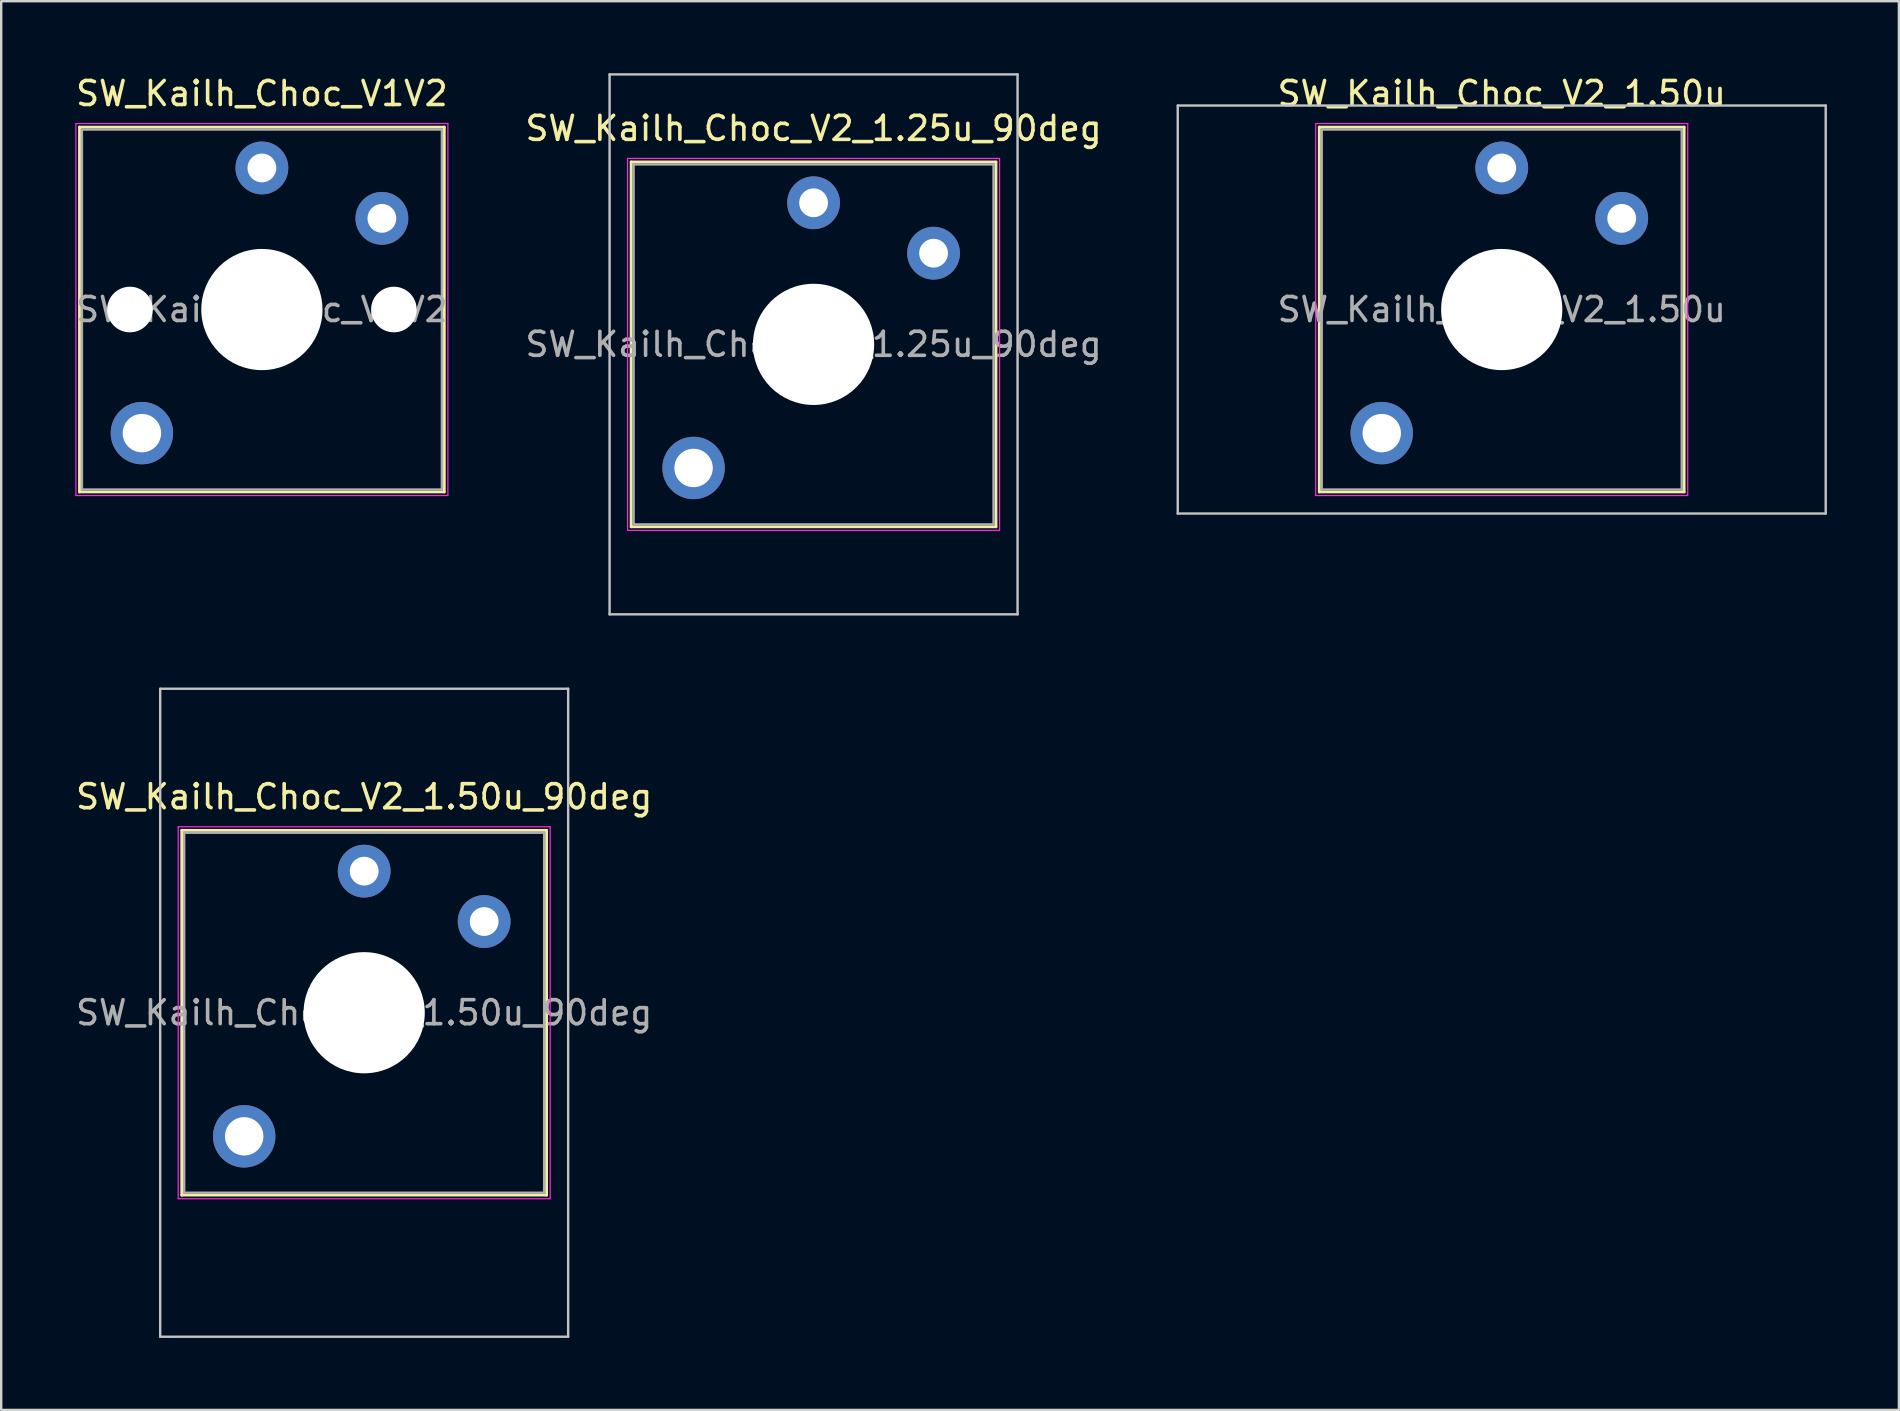
<source format=kicad_pcb>
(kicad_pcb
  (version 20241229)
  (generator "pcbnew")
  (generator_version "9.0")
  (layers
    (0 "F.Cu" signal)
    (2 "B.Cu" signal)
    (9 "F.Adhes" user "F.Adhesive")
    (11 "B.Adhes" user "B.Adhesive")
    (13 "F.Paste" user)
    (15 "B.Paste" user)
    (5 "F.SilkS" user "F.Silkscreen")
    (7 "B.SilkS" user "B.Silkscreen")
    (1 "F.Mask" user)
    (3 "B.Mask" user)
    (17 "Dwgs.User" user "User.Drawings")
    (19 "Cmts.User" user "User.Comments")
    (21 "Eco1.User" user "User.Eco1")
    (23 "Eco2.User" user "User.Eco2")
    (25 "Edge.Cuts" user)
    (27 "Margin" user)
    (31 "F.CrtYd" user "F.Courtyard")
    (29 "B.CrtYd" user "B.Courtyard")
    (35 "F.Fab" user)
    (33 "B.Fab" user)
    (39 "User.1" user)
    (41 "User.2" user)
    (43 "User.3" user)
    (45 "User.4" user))
  (footprint "SW_Kailh_Choc_V2_1.50u"
    (layer "F.Cu")
    (at 59.526 9.848)
    (property "Reference" "SW_Kailh_Choc_V2_1.50u" (at 0 -9 0) (layer "F.SilkS") (effects (font (size 1 1) (thickness 0.15))))
    (attr through_hole)
    (fp_line (start -7.6 -7.6) (end -7.6 7.6) (stroke (width 0.12) (type solid)) (layer "F.SilkS"))
    (fp_line (start -7.6 7.6) (end 7.6 7.6) (stroke (width 0.12) (type solid)) (layer "F.SilkS"))
    (fp_line (start 7.6 -7.6) (end -7.6 -7.6) (stroke (width 0.12) (type solid)) (layer "F.SilkS"))
    (fp_line (start 7.6 7.6) (end 7.6 -7.6) (stroke (width 0.12) (type solid)) (layer "F.SilkS"))
    (fp_line (start -13.5 -8.5) (end -13.5 8.5) (stroke (width 0.1) (type solid)) (layer "Dwgs.User"))
    (fp_line (start -13.5 8.5) (end 13.5 8.5) (stroke (width 0.1) (type solid)) (layer "Dwgs.User"))
    (fp_line (start 13.5 -8.5) (end -13.5 -8.5) (stroke (width 0.1) (type solid)) (layer "Dwgs.User"))
    (fp_line (start 13.5 8.5) (end 13.5 -8.5) (stroke (width 0.1) (type solid)) (layer "Dwgs.User"))
    (fp_line (start -7.25 -7.25) (end -7.25 7.25) (stroke (width 0.1) (type solid)) (layer "Eco1.User"))
    (fp_line (start -7.25 7.25) (end 7.25 7.25) (stroke (width 0.1) (type solid)) (layer "Eco1.User"))
    (fp_line (start 7.25 -7.25) (end -7.25 -7.25) (stroke (width 0.1) (type solid)) (layer "Eco1.User"))
    (fp_line (start 7.25 7.25) (end 7.25 -7.25) (stroke (width 0.1) (type solid)) (layer "Eco1.User"))
    (fp_line (start -7.75 -7.75) (end -7.75 7.75) (stroke (width 0.05) (type solid)) (layer "F.CrtYd"))
    (fp_line (start -7.75 7.75) (end 7.75 7.75) (stroke (width 0.05) (type solid)) (layer "F.CrtYd"))
    (fp_line (start 7.75 -7.75) (end -7.75 -7.75) (stroke (width 0.05) (type solid)) (layer "F.CrtYd"))
    (fp_line (start 7.75 7.75) (end 7.75 -7.75) (stroke (width 0.05) (type solid)) (layer "F.CrtYd"))
    (fp_line (start -7.5 -7.5) (end -7.5 7.5) (stroke (width 0.1) (type solid)) (layer "F.Fab"))
    (fp_line (start -7.5 7.5) (end 7.5 7.5) (stroke (width 0.1) (type solid)) (layer "F.Fab"))
    (fp_line (start 7.5 -7.5) (end -7.5 -7.5) (stroke (width 0.1) (type solid)) (layer "F.Fab"))
    (fp_line (start 7.5 7.5) (end 7.5 -7.5) (stroke (width 0.1) (type solid)) (layer "F.Fab"))
    (fp_text user "${REFERENCE}" (at 0 0 0) (layer "F.Fab") (effects (font (size 1 1) (thickness 0.15))))
    (pad "" smd circle (at -5 5.15) (size 1.65 1.65) (layers "F.Mask"))
    (pad "" thru_hole circle (at -5 5.15) (size 2.6 2.6) (drill 1.6) (layers "*.Cu" "B.Mask"))
    (pad "" smd circle (at 0 -5.9) (size 1.25 1.25) (layers "F.Mask"))
    (pad "" np_thru_hole circle (at 0 0) (size 5.05 5.05) (drill 5.05) (layers "*.Cu" "*.Mask"))
    (pad "" smd circle (at 5 -3.8) (size 1.25 1.25) (layers "F.Mask"))
    (pad "1" thru_hole circle (at 0 -5.9) (size 2.2 2.2) (drill 1.2) (layers "*.Cu" "B.Mask"))
    (pad "2" thru_hole circle (at 5 -3.8) (size 2.2 2.2) (drill 1.2) (layers "*.Cu" "B.Mask")))
  (footprint "SW_Kailh_Choc_V2_1.25u_90deg"
    (layer "F.Cu")
    (at 30.851 11.3)
    (property "Reference" "SW_Kailh_Choc_V2_1.25u_90deg" (at 0 -9 0) (layer "F.SilkS") (effects (font (size 1 1) (thickness 0.15))))
    (attr through_hole)
    (fp_line (start -7.6 -7.6) (end -7.6 7.6) (stroke (width 0.12) (type solid)) (layer "F.SilkS"))
    (fp_line (start -7.6 7.6) (end 7.6 7.6) (stroke (width 0.12) (type solid)) (layer "F.SilkS"))
    (fp_line (start 7.6 -7.6) (end -7.6 -7.6) (stroke (width 0.12) (type solid)) (layer "F.SilkS"))
    (fp_line (start 7.6 7.6) (end 7.6 -7.6) (stroke (width 0.12) (type solid)) (layer "F.SilkS"))
    (fp_line (start -8.5 -11.25) (end 8.5 -11.25) (stroke (width 0.1) (type solid)) (layer "Dwgs.User"))
    (fp_line (start -8.5 11.25) (end -8.5 -11.25) (stroke (width 0.1) (type solid)) (layer "Dwgs.User"))
    (fp_line (start 8.5 -11.25) (end 8.5 11.25) (stroke (width 0.1) (type solid)) (layer "Dwgs.User"))
    (fp_line (start 8.5 11.25) (end -8.5 11.25) (stroke (width 0.1) (type solid)) (layer "Dwgs.User"))
    (fp_line (start -7.25 -7.25) (end -7.25 7.25) (stroke (width 0.1) (type solid)) (layer "Eco1.User"))
    (fp_line (start -7.25 7.25) (end 7.25 7.25) (stroke (width 0.1) (type solid)) (layer "Eco1.User"))
    (fp_line (start 7.25 -7.25) (end -7.25 -7.25) (stroke (width 0.1) (type solid)) (layer "Eco1.User"))
    (fp_line (start 7.25 7.25) (end 7.25 -7.25) (stroke (width 0.1) (type solid)) (layer "Eco1.User"))
    (fp_line (start -7.75 -7.75) (end -7.75 7.75) (stroke (width 0.05) (type solid)) (layer "F.CrtYd"))
    (fp_line (start -7.75 7.75) (end 7.75 7.75) (stroke (width 0.05) (type solid)) (layer "F.CrtYd"))
    (fp_line (start 7.75 -7.75) (end -7.75 -7.75) (stroke (width 0.05) (type solid)) (layer "F.CrtYd"))
    (fp_line (start 7.75 7.75) (end 7.75 -7.75) (stroke (width 0.05) (type solid)) (layer "F.CrtYd"))
    (fp_line (start -7.5 -7.5) (end -7.5 7.5) (stroke (width 0.1) (type solid)) (layer "F.Fab"))
    (fp_line (start -7.5 7.5) (end 7.5 7.5) (stroke (width 0.1) (type solid)) (layer "F.Fab"))
    (fp_line (start 7.5 -7.5) (end -7.5 -7.5) (stroke (width 0.1) (type solid)) (layer "F.Fab"))
    (fp_line (start 7.5 7.5) (end 7.5 -7.5) (stroke (width 0.1) (type solid)) (layer "F.Fab"))
    (fp_text user "${REFERENCE}" (at 0 0 0) (layer "F.Fab") (effects (font (size 1 1) (thickness 0.15))))
    (pad "" smd circle (at -5 5.15) (size 1.65 1.65) (layers "F.Mask"))
    (pad "" thru_hole circle (at -5 5.15) (size 2.6 2.6) (drill 1.6) (layers "*.Cu" "B.Mask"))
    (pad "" smd circle (at 0 -5.9) (size 1.25 1.25) (layers "F.Mask"))
    (pad "" np_thru_hole circle (at 0 0) (size 5.05 5.05) (drill 5.05) (layers "*.Cu" "*.Mask"))
    (pad "" smd circle (at 5 -3.8) (size 1.25 1.25) (layers "F.Mask"))
    (pad "1" thru_hole circle (at 0 -5.9) (size 2.2 2.2) (drill 1.2) (layers "*.Cu" "B.Mask"))
    (pad "2" thru_hole circle (at 5 -3.8) (size 2.2 2.2) (drill 1.2) (layers "*.Cu" "B.Mask")))
  (footprint "SW_Kailh_Choc_V2_1.50u_90deg"
    (layer "F.Cu")
    (at 12.125 39.15)
    (property "Reference" "SW_Kailh_Choc_V2_1.50u_90deg" (at 0 -9 0) (layer "F.SilkS") (effects (font (size 1 1) (thickness 0.15))))
    (attr through_hole)
    (fp_line (start -7.6 -7.6) (end -7.6 7.6) (stroke (width 0.12) (type solid)) (layer "F.SilkS"))
    (fp_line (start -7.6 7.6) (end 7.6 7.6) (stroke (width 0.12) (type solid)) (layer "F.SilkS"))
    (fp_line (start 7.6 -7.6) (end -7.6 -7.6) (stroke (width 0.12) (type solid)) (layer "F.SilkS"))
    (fp_line (start 7.6 7.6) (end 7.6 -7.6) (stroke (width 0.12) (type solid)) (layer "F.SilkS"))
    (fp_line (start -8.5 -13.5) (end 8.5 -13.5) (stroke (width 0.1) (type solid)) (layer "Dwgs.User"))
    (fp_line (start -8.5 13.5) (end -8.5 -13.5) (stroke (width 0.1) (type solid)) (layer "Dwgs.User"))
    (fp_line (start 8.5 -13.5) (end 8.5 13.5) (stroke (width 0.1) (type solid)) (layer "Dwgs.User"))
    (fp_line (start 8.5 13.5) (end -8.5 13.5) (stroke (width 0.1) (type solid)) (layer "Dwgs.User"))
    (fp_line (start -7.25 -7.25) (end -7.25 7.25) (stroke (width 0.1) (type solid)) (layer "Eco1.User"))
    (fp_line (start -7.25 7.25) (end 7.25 7.25) (stroke (width 0.1) (type solid)) (layer "Eco1.User"))
    (fp_line (start 7.25 -7.25) (end -7.25 -7.25) (stroke (width 0.1) (type solid)) (layer "Eco1.User"))
    (fp_line (start 7.25 7.25) (end 7.25 -7.25) (stroke (width 0.1) (type solid)) (layer "Eco1.User"))
    (fp_line (start -7.75 -7.75) (end -7.75 7.75) (stroke (width 0.05) (type solid)) (layer "F.CrtYd"))
    (fp_line (start -7.75 7.75) (end 7.75 7.75) (stroke (width 0.05) (type solid)) (layer "F.CrtYd"))
    (fp_line (start 7.75 -7.75) (end -7.75 -7.75) (stroke (width 0.05) (type solid)) (layer "F.CrtYd"))
    (fp_line (start 7.75 7.75) (end 7.75 -7.75) (stroke (width 0.05) (type solid)) (layer "F.CrtYd"))
    (fp_line (start -7.5 -7.5) (end -7.5 7.5) (stroke (width 0.1) (type solid)) (layer "F.Fab"))
    (fp_line (start -7.5 7.5) (end 7.5 7.5) (stroke (width 0.1) (type solid)) (layer "F.Fab"))
    (fp_line (start 7.5 -7.5) (end -7.5 -7.5) (stroke (width 0.1) (type solid)) (layer "F.Fab"))
    (fp_line (start 7.5 7.5) (end 7.5 -7.5) (stroke (width 0.1) (type solid)) (layer "F.Fab"))
    (fp_text user "${REFERENCE}" (at 0 0 0) (layer "F.Fab") (effects (font (size 1 1) (thickness 0.15))))
    (pad "" smd circle (at -5 5.15) (size 1.65 1.65) (layers "F.Mask"))
    (pad "" thru_hole circle (at -5 5.15) (size 2.6 2.6) (drill 1.6) (layers "*.Cu" "B.Mask"))
    (pad "" smd circle (at 0 -5.9) (size 1.25 1.25) (layers "F.Mask"))
    (pad "" np_thru_hole circle (at 0 0) (size 5.05 5.05) (drill 5.05) (layers "*.Cu" "*.Mask"))
    (pad "" smd circle (at 5 -3.8) (size 1.25 1.25) (layers "F.Mask"))
    (pad "1" thru_hole circle (at 0 -5.9) (size 2.2 2.2) (drill 1.2) (layers "*.Cu" "B.Mask"))
    (pad "2" thru_hole circle (at 5 -3.8) (size 2.2 2.2) (drill 1.2) (layers "*.Cu" "B.Mask")))
  (footprint "SW_Kailh_Choc_V1V2"
    (layer "F.Cu")
    (at 7.863 9.848)
    (property "Reference" "SW_Kailh_Choc_V1V2" (at 0 -9 0) (layer "F.SilkS") (effects (font (size 1 1) (thickness 0.15))))
    (attr through_hole)
    (fp_line (start -7.6 -7.6) (end -7.6 7.6) (stroke (width 0.12) (type solid)) (layer "F.SilkS"))
    (fp_line (start -7.6 7.6) (end 7.6 7.6) (stroke (width 0.12) (type solid)) (layer "F.SilkS"))
    (fp_line (start 7.6 -7.6) (end -7.6 -7.6) (stroke (width 0.12) (type solid)) (layer "F.SilkS"))
    (fp_line (start 7.6 7.6) (end 7.6 -7.6) (stroke (width 0.12) (type solid)) (layer "F.SilkS"))
    (fp_line (start -7.25 -7.25) (end -7.25 7.25) (stroke (width 0.1) (type solid)) (layer "Eco1.User"))
    (fp_line (start -7.25 7.25) (end 7.25 7.25) (stroke (width 0.1) (type solid)) (layer "Eco1.User"))
    (fp_line (start 7.25 -7.25) (end -7.25 -7.25) (stroke (width 0.1) (type solid)) (layer "Eco1.User"))
    (fp_line (start 7.25 7.25) (end 7.25 -7.25) (stroke (width 0.1) (type solid)) (layer "Eco1.User"))
    (fp_line (start -7.75 -7.75) (end -7.75 7.75) (stroke (width 0.05) (type solid)) (layer "F.CrtYd"))
    (fp_line (start -7.75 7.75) (end 7.75 7.75) (stroke (width 0.05) (type solid)) (layer "F.CrtYd"))
    (fp_line (start 7.75 -7.75) (end -7.75 -7.75) (stroke (width 0.05) (type solid)) (layer "F.CrtYd"))
    (fp_line (start 7.75 7.75) (end 7.75 -7.75) (stroke (width 0.05) (type solid)) (layer "F.CrtYd"))
    (fp_line (start -7.5 -7.5) (end -7.5 7.5) (stroke (width 0.1) (type solid)) (layer "F.Fab"))
    (fp_line (start -7.5 7.5) (end 7.5 7.5) (stroke (width 0.1) (type solid)) (layer "F.Fab"))
    (fp_line (start 7.5 -7.5) (end -7.5 -7.5) (stroke (width 0.1) (type solid)) (layer "F.Fab"))
    (fp_line (start 7.5 7.5) (end 7.5 -7.5) (stroke (width 0.1) (type solid)) (layer "F.Fab"))
    (fp_text user "${REFERENCE}" (at 0 0 0) (layer "F.Fab") (effects (font (size 1 1) (thickness 0.15))))
    (pad "" np_thru_hole circle (at -5.5 0) (size 1.9 1.9) (drill 1.9) (layers "*.Cu" "*.Mask"))
    (pad "" smd circle (at -5 5.15) (size 1.65 1.65) (layers "F.Mask"))
    (pad "" thru_hole circle (at -5 5.15) (size 2.6 2.6) (drill 1.6) (layers "*.Cu" "B.Mask"))
    (pad "" smd circle (at 0 -5.9) (size 1.25 1.25) (layers "F.Mask"))
    (pad "" np_thru_hole circle (at 0 0) (size 5.05 5.05) (drill 5.05) (layers "*.Cu" "*.Mask"))
    (pad "" smd circle (at 5 -3.8) (size 1.25 1.25) (layers "F.Mask"))
    (pad "" np_thru_hole circle (at 5.5 0) (size 1.9 1.9) (drill 1.9) (layers "*.Cu" "*.Mask"))
    (pad "1" thru_hole circle (at 0 -5.9) (size 2.2 2.2) (drill 1.2) (layers "*.Cu" "B.Mask"))
    (pad "2" thru_hole circle (at 5 -3.8) (size 2.2 2.2) (drill 1.2) (layers "*.Cu" "B.Mask")))
  (gr_rect
    (start -3 -3)
    (end 76.076 55.7)
    (stroke (width 0.1) (type default))
    (fill no)
    (layer "Edge.Cuts")))
</source>
